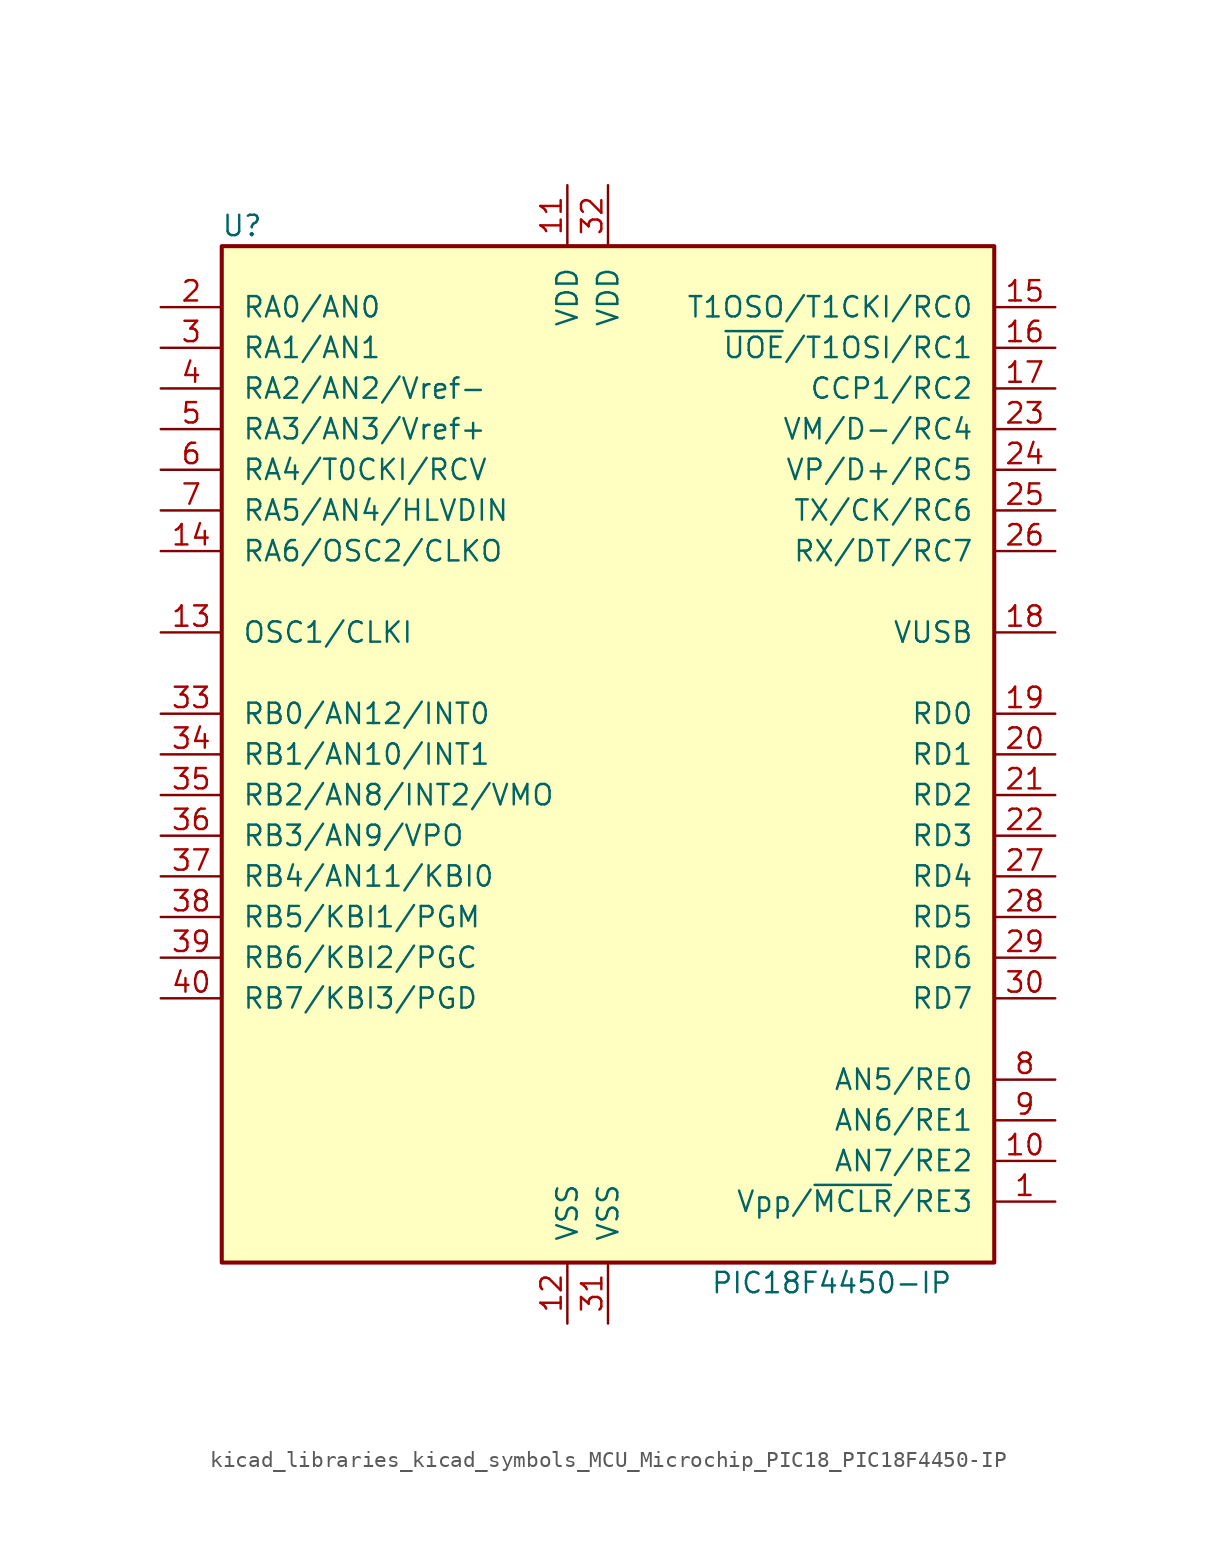
<source format=kicad_sym>
(kicad_symbol_lib
  (version 20220914)
  (generator kicad_symbol_editor)
  (symbol "kicad_libraries_kicad_symbols_MCU_Microchip_PIC18_PIC18F4450-IP"
    (pin_names
      (offset 1.27))
    (property "Reference" "U"
      (at -22.86 33.02 0)
      (effects (font (size 1.27 1.27))))
    (property "Value" "PIC18F4450-IP"
      (at 13.97 -33.02 0)
      (effects (font (size 1.27 1.27))))
    (symbol "kicad_libraries_kicad_symbols_MCU_Microchip_PIC18_PIC18F4450-IP_0_1"
      (rectangle (start -24.13 31.75) (end 24.13 -31.75) (stroke (width 0.254) (type default)) (fill (type background))))
    (symbol "kicad_libraries_kicad_symbols_MCU_Microchip_PIC18_PIC18F4450-IP_1_1"
      (pin input line (at 27.94 -27.94 180) (length 3.81) (name "Vpp/~{MCLR}/RE3" (effects (font (size 1.27 1.27)))) (number "1" (effects (font (size 1.27 1.27)))))
      (pin bidirectional line (at 27.94 -25.4 180) (length 3.81) (name "AN7/RE2" (effects (font (size 1.27 1.27)))) (number "10" (effects (font (size 1.27 1.27)))))
      (pin power_in line (at -2.54 35.56 270) (length 3.81) (name "VDD" (effects (font (size 1.27 1.27)))) (number "11" (effects (font (size 1.27 1.27)))))
      (pin power_in line (at -2.54 -35.56 90) (length 3.81) (name "VSS" (effects (font (size 1.27 1.27)))) (number "12" (effects (font (size 1.27 1.27)))))
      (pin input line (at -27.94 7.62 0) (length 3.81) (name "OSC1/CLKI" (effects (font (size 1.27 1.27)))) (number "13" (effects (font (size 1.27 1.27)))))
      (pin output line (at -27.94 12.7 0) (length 3.81) (name "RA6/OSC2/CLKO" (effects (font (size 1.27 1.27)))) (number "14" (effects (font (size 1.27 1.27)))))
      (pin bidirectional line (at 27.94 27.94 180) (length 3.81) (name "T1OSO/T1CKI/RC0" (effects (font (size 1.27 1.27)))) (number "15" (effects (font (size 1.27 1.27)))))
      (pin bidirectional line (at 27.94 25.4 180) (length 3.81) (name "~{UOE}/T1OSI/RC1" (effects (font (size 1.27 1.27)))) (number "16" (effects (font (size 1.27 1.27)))))
      (pin bidirectional line (at 27.94 22.86 180) (length 3.81) (name "CCP1/RC2" (effects (font (size 1.27 1.27)))) (number "17" (effects (font (size 1.27 1.27)))))
      (pin bidirectional line (at 27.94 7.62 180) (length 3.81) (name "VUSB" (effects (font (size 1.27 1.27)))) (number "18" (effects (font (size 1.27 1.27)))))
      (pin bidirectional line (at 27.94 2.54 180) (length 3.81) (name "RD0" (effects (font (size 1.27 1.27)))) (number "19" (effects (font (size 1.27 1.27)))))
      (pin bidirectional line (at -27.94 27.94 0) (length 3.81) (name "RA0/AN0" (effects (font (size 1.27 1.27)))) (number "2" (effects (font (size 1.27 1.27)))))
      (pin bidirectional line (at 27.94 0 180) (length 3.81) (name "RD1" (effects (font (size 1.27 1.27)))) (number "20" (effects (font (size 1.27 1.27)))))
      (pin bidirectional line (at 27.94 -2.54 180) (length 3.81) (name "RD2" (effects (font (size 1.27 1.27)))) (number "21" (effects (font (size 1.27 1.27)))))
      (pin bidirectional line (at 27.94 -5.08 180) (length 3.81) (name "RD3" (effects (font (size 1.27 1.27)))) (number "22" (effects (font (size 1.27 1.27)))))
      (pin bidirectional line (at 27.94 20.32 180) (length 3.81) (name "VM/D-/RC4" (effects (font (size 1.27 1.27)))) (number "23" (effects (font (size 1.27 1.27)))))
      (pin bidirectional line (at 27.94 17.78 180) (length 3.81) (name "VP/D+/RC5" (effects (font (size 1.27 1.27)))) (number "24" (effects (font (size 1.27 1.27)))))
      (pin bidirectional line (at 27.94 15.24 180) (length 3.81) (name "TX/CK/RC6" (effects (font (size 1.27 1.27)))) (number "25" (effects (font (size 1.27 1.27)))))
      (pin bidirectional line (at 27.94 12.7 180) (length 3.81) (name "RX/DT/RC7" (effects (font (size 1.27 1.27)))) (number "26" (effects (font (size 1.27 1.27)))))
      (pin bidirectional line (at 27.94 -7.62 180) (length 3.81) (name "RD4" (effects (font (size 1.27 1.27)))) (number "27" (effects (font (size 1.27 1.27)))))
      (pin bidirectional line (at 27.94 -10.16 180) (length 3.81) (name "RD5" (effects (font (size 1.27 1.27)))) (number "28" (effects (font (size 1.27 1.27)))))
      (pin bidirectional line (at 27.94 -12.7 180) (length 3.81) (name "RD6" (effects (font (size 1.27 1.27)))) (number "29" (effects (font (size 1.27 1.27)))))
      (pin bidirectional line (at -27.94 25.4 0) (length 3.81) (name "RA1/AN1" (effects (font (size 1.27 1.27)))) (number "3" (effects (font (size 1.27 1.27)))))
      (pin bidirectional line (at 27.94 -15.24 180) (length 3.81) (name "RD7" (effects (font (size 1.27 1.27)))) (number "30" (effects (font (size 1.27 1.27)))))
      (pin power_in line (at 0 -35.56 90) (length 3.81) (name "VSS" (effects (font (size 1.27 1.27)))) (number "31" (effects (font (size 1.27 1.27)))))
      (pin power_in line (at 0 35.56 270) (length 3.81) (name "VDD" (effects (font (size 1.27 1.27)))) (number "32" (effects (font (size 1.27 1.27)))))
      (pin bidirectional line (at -27.94 2.54 0) (length 3.81) (name "RB0/AN12/INT0" (effects (font (size 1.27 1.27)))) (number "33" (effects (font (size 1.27 1.27)))))
      (pin bidirectional line (at -27.94 0 0) (length 3.81) (name "RB1/AN10/INT1" (effects (font (size 1.27 1.27)))) (number "34" (effects (font (size 1.27 1.27)))))
      (pin bidirectional line (at -27.94 -2.54 0) (length 3.81) (name "RB2/AN8/INT2/VMO" (effects (font (size 1.27 1.27)))) (number "35" (effects (font (size 1.27 1.27)))))
      (pin bidirectional line (at -27.94 -5.08 0) (length 3.81) (name "RB3/AN9/VPO" (effects (font (size 1.27 1.27)))) (number "36" (effects (font (size 1.27 1.27)))))
      (pin bidirectional line (at -27.94 -7.62 0) (length 3.81) (name "RB4/AN11/KBI0" (effects (font (size 1.27 1.27)))) (number "37" (effects (font (size 1.27 1.27)))))
      (pin bidirectional line (at -27.94 -10.16 0) (length 3.81) (name "RB5/KBI1/PGM" (effects (font (size 1.27 1.27)))) (number "38" (effects (font (size 1.27 1.27)))))
      (pin bidirectional line (at -27.94 -12.7 0) (length 3.81) (name "RB6/KBI2/PGC" (effects (font (size 1.27 1.27)))) (number "39" (effects (font (size 1.27 1.27)))))
      (pin bidirectional line (at -27.94 22.86 0) (length 3.81) (name "RA2/AN2/Vref-" (effects (font (size 1.27 1.27)))) (number "4" (effects (font (size 1.27 1.27)))))
      (pin bidirectional line (at -27.94 -15.24 0) (length 3.81) (name "RB7/KBI3/PGD" (effects (font (size 1.27 1.27)))) (number "40" (effects (font (size 1.27 1.27)))))
      (pin bidirectional line (at -27.94 20.32 0) (length 3.81) (name "RA3/AN3/Vref+" (effects (font (size 1.27 1.27)))) (number "5" (effects (font (size 1.27 1.27)))))
      (pin bidirectional line (at -27.94 17.78 0) (length 3.81) (name "RA4/T0CKI/RCV" (effects (font (size 1.27 1.27)))) (number "6" (effects (font (size 1.27 1.27)))))
      (pin bidirectional line (at -27.94 15.24 0) (length 3.81) (name "RA5/AN4/HLVDIN" (effects (font (size 1.27 1.27)))) (number "7" (effects (font (size 1.27 1.27)))))
      (pin bidirectional line (at 27.94 -20.32 180) (length 3.81) (name "AN5/RE0" (effects (font (size 1.27 1.27)))) (number "8" (effects (font (size 1.27 1.27)))))
      (pin bidirectional line (at 27.94 -22.86 180) (length 3.81) (name "AN6/RE1" (effects (font (size 1.27 1.27)))) (number "9" (effects (font (size 1.27 1.27))))))))
</source>
